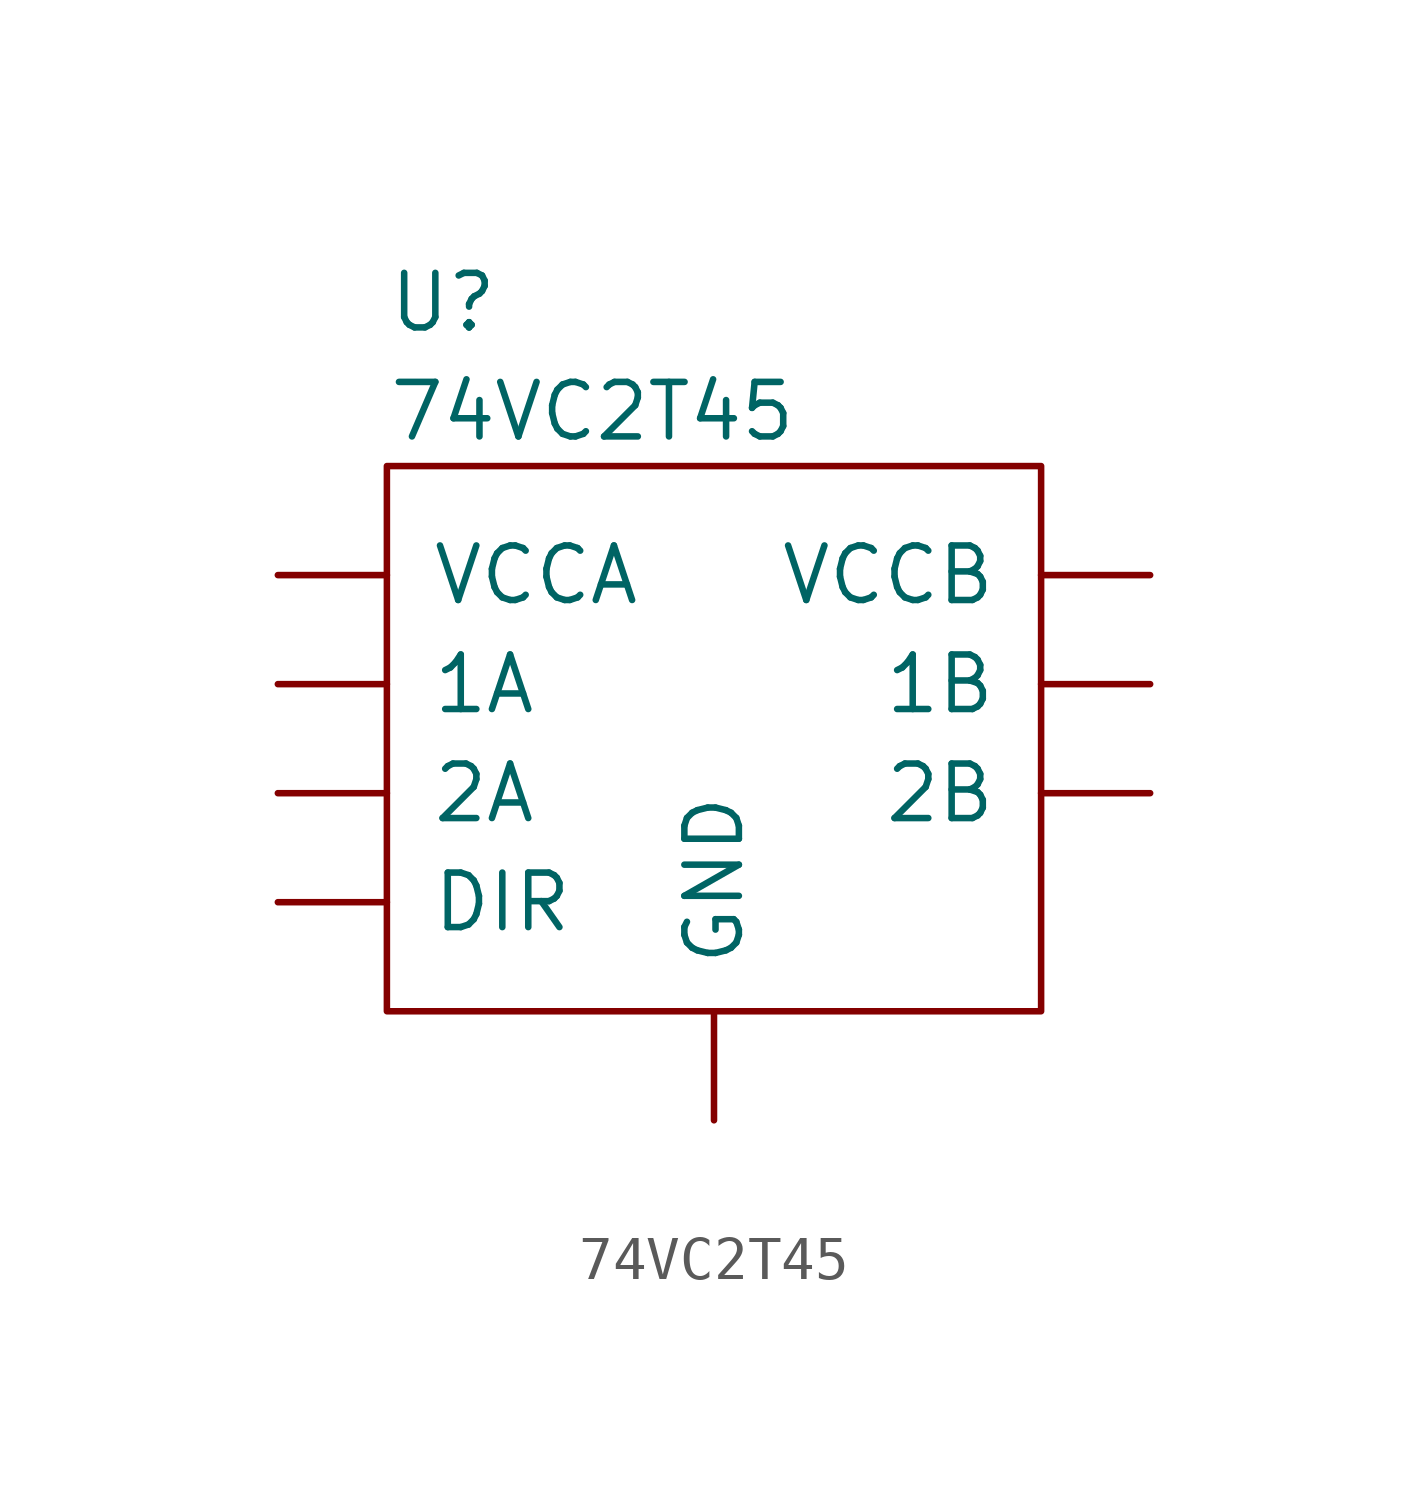
<source format=kicad_sym>
(kicad_symbol_lib
  (version 20211014)
  (generator kicad_symbol_editor)
  (symbol "74VC2T45"
    (pin_numbers hide)
    (pin_names
      (offset 1.016))
    (property "Reference" "U"
      (at -7.62 3.81 0)
      (effects (font (size 1.27 1.27)) (justify left)))
    (property "Value" "74VC2T45"
      (at -7.62 1.27 0)
      (effects (font (size 1.27 1.27)) (justify left)))
    (symbol "74VC2T45_0_1"
      (rectangle (start -7.62 0) (end 7.62 -12.7) (stroke (width 0) (type default) (color 0 0 0 0)) (fill (type none))))
    (symbol "74VC2T45_1_1"
      (pin power_in line (at -10.16 -2.54 0) (length 2.54) (name "VCCA" (effects (font (size 1.27 1.27)))) (number "1" (effects (font (size 1.016 1.016)))))
      (pin tri_state line (at -10.16 -5.08 0) (length 2.54) (name "1A" (effects (font (size 1.27 1.27)))) (number "2" (effects (font (size 1.016 1.016)))))
      (pin tri_state line (at -10.16 -7.62 0) (length 2.54) (name "2A" (effects (font (size 1.27 1.27)))) (number "3" (effects (font (size 1.016 1.016)))))
      (pin power_in line (at 0 -15.24 90) (length 2.54) (name "GND" (effects (font (size 1.27 1.27)))) (number "4" (effects (font (size 1.016 1.016)))))
      (pin input line (at -10.16 -10.16 0) (length 2.54) (name "DIR" (effects (font (size 1.27 1.27)))) (number "5" (effects (font (size 1.016 1.016)))))
      (pin tri_state line (at 10.16 -7.62 180) (length 2.54) (name "2B" (effects (font (size 1.27 1.27)))) (number "6" (effects (font (size 1.016 1.016)))))
      (pin tri_state line (at 10.16 -5.08 180) (length 2.54) (name "1B" (effects (font (size 1.27 1.27)))) (number "7" (effects (font (size 1.016 1.016)))))
      (pin power_in line (at 10.16 -2.54 180) (length 2.54) (name "VCCB" (effects (font (size 1.27 1.27)))) (number "8" (effects (font (size 1.016 1.016))))))))
</source>
